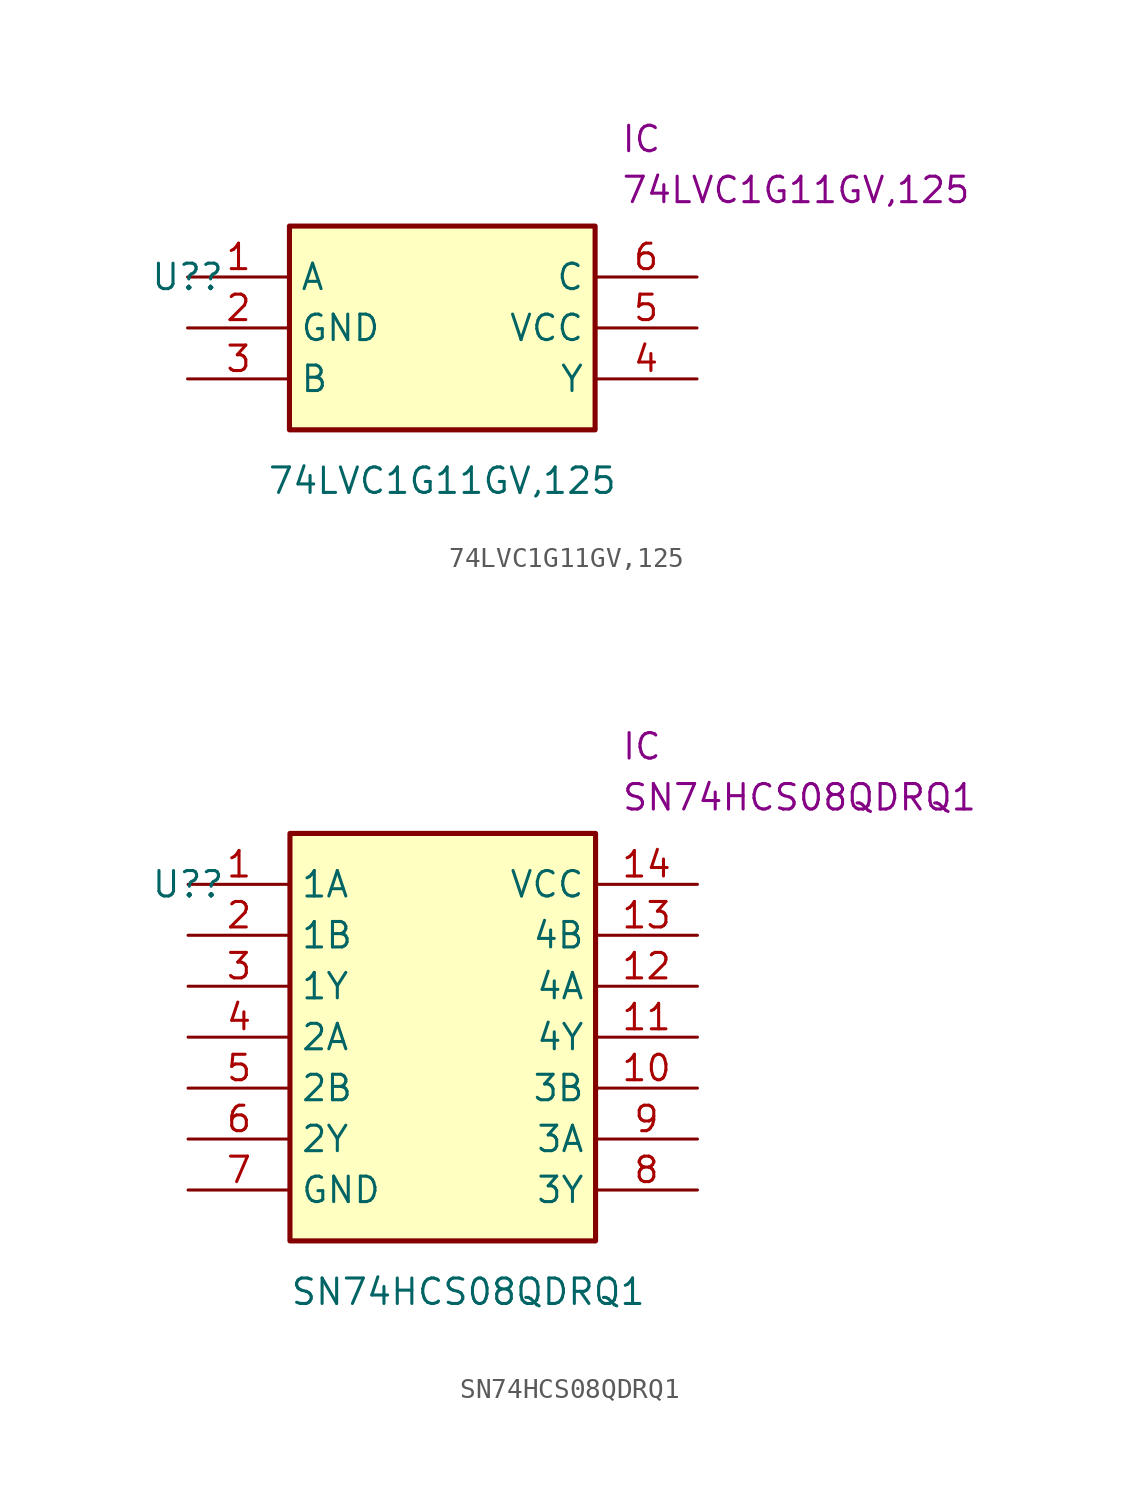
<source format=kicad_sym>
(kicad_symbol_lib
  (version 20211014)
  (generator kicad_symbol_editor)
  (symbol "74LVC1G11GV,125"
    (property "Reference" "U?"
      (at 0 0 0)
      (effects (font (size 1.27 1.27))))
    (property "Value" "74LVC1G11GV,125"
      (at 12.7 -10.16 0)
      (effects (font (size 1.27 1.27))))
    (property "Reference_1" "IC"
      (at 21.59 7.62 0)
      (effects (font (size 1.27 1.27)) (justify left top)))
    (property "Value_1" "74LVC1G11GV,125"
      (at 21.59 5.08 0)
      (effects (font (size 1.27 1.27)) (justify left top)))
    (symbol "74LVC1G11GV,125_1_1"
      (rectangle (start 5.08 2.54) (end 20.32 -7.62) (stroke (width 0.254) (type default) (color 0 0 0 0)) (fill (type background)))
      (pin passive line (at 0 0 0) (length 5.08) (name "A" (effects (font (size 1.27 1.27)))) (number "1" (effects (font (size 1.27 1.27)))))
      (pin passive line (at 0 -2.54 0) (length 5.08) (name "GND" (effects (font (size 1.27 1.27)))) (number "2" (effects (font (size 1.27 1.27)))))
      (pin passive line (at 0 -5.08 0) (length 5.08) (name "B" (effects (font (size 1.27 1.27)))) (number "3" (effects (font (size 1.27 1.27)))))
      (pin passive line (at 25.4 -5.08 180) (length 5.08) (name "Y" (effects (font (size 1.27 1.27)))) (number "4" (effects (font (size 1.27 1.27)))))
      (pin passive line (at 25.4 -2.54 180) (length 5.08) (name "VCC" (effects (font (size 1.27 1.27)))) (number "5" (effects (font (size 1.27 1.27)))))
      (pin passive line (at 25.4 0 180) (length 5.08) (name "C" (effects (font (size 1.27 1.27)))) (number "6" (effects (font (size 1.27 1.27)))))))
  (symbol "SN74HCS08QDRQ1"
    (property "Reference" "U?"
      (at 0 0 0)
      (effects (font (size 1.27 1.27))))
    (property "Value" "SN74HCS08QDRQ1"
      (at 13.97 -20.32 0)
      (effects (font (size 1.27 1.27))))
    (property "Reference_1" "IC"
      (at 21.59 7.62 0)
      (effects (font (size 1.27 1.27)) (justify left top)))
    (property "Value_1" "SN74HCS08QDRQ1"
      (at 21.59 5.08 0)
      (effects (font (size 1.27 1.27)) (justify left top)))
    (symbol "SN74HCS08QDRQ1_1_1"
      (rectangle (start 5.08 2.54) (end 20.32 -17.78) (stroke (width 0.254) (type default) (color 0 0 0 0)) (fill (type background)))
      (pin passive line (at 0 0 0) (length 5.08) (name "1A" (effects (font (size 1.27 1.27)))) (number "1" (effects (font (size 1.27 1.27)))))
      (pin passive line (at 25.4 -10.16 180) (length 5.08) (name "3B" (effects (font (size 1.27 1.27)))) (number "10" (effects (font (size 1.27 1.27)))))
      (pin passive line (at 25.4 -7.62 180) (length 5.08) (name "4Y" (effects (font (size 1.27 1.27)))) (number "11" (effects (font (size 1.27 1.27)))))
      (pin passive line (at 25.4 -5.08 180) (length 5.08) (name "4A" (effects (font (size 1.27 1.27)))) (number "12" (effects (font (size 1.27 1.27)))))
      (pin passive line (at 25.4 -2.54 180) (length 5.08) (name "4B" (effects (font (size 1.27 1.27)))) (number "13" (effects (font (size 1.27 1.27)))))
      (pin passive line (at 25.4 0 180) (length 5.08) (name "VCC" (effects (font (size 1.27 1.27)))) (number "14" (effects (font (size 1.27 1.27)))))
      (pin passive line (at 0 -2.54 0) (length 5.08) (name "1B" (effects (font (size 1.27 1.27)))) (number "2" (effects (font (size 1.27 1.27)))))
      (pin passive line (at 0 -5.08 0) (length 5.08) (name "1Y" (effects (font (size 1.27 1.27)))) (number "3" (effects (font (size 1.27 1.27)))))
      (pin passive line (at 0 -7.62 0) (length 5.08) (name "2A" (effects (font (size 1.27 1.27)))) (number "4" (effects (font (size 1.27 1.27)))))
      (pin passive line (at 0 -10.16 0) (length 5.08) (name "2B" (effects (font (size 1.27 1.27)))) (number "5" (effects (font (size 1.27 1.27)))))
      (pin passive line (at 0 -12.7 0) (length 5.08) (name "2Y" (effects (font (size 1.27 1.27)))) (number "6" (effects (font (size 1.27 1.27)))))
      (pin passive line (at 0 -15.24 0) (length 5.08) (name "GND" (effects (font (size 1.27 1.27)))) (number "7" (effects (font (size 1.27 1.27)))))
      (pin passive line (at 25.4 -15.24 180) (length 5.08) (name "3Y" (effects (font (size 1.27 1.27)))) (number "8" (effects (font (size 1.27 1.27)))))
      (pin passive line (at 25.4 -12.7 180) (length 5.08) (name "3A" (effects (font (size 1.27 1.27)))) (number "9" (effects (font (size 1.27 1.27))))))))
</source>
